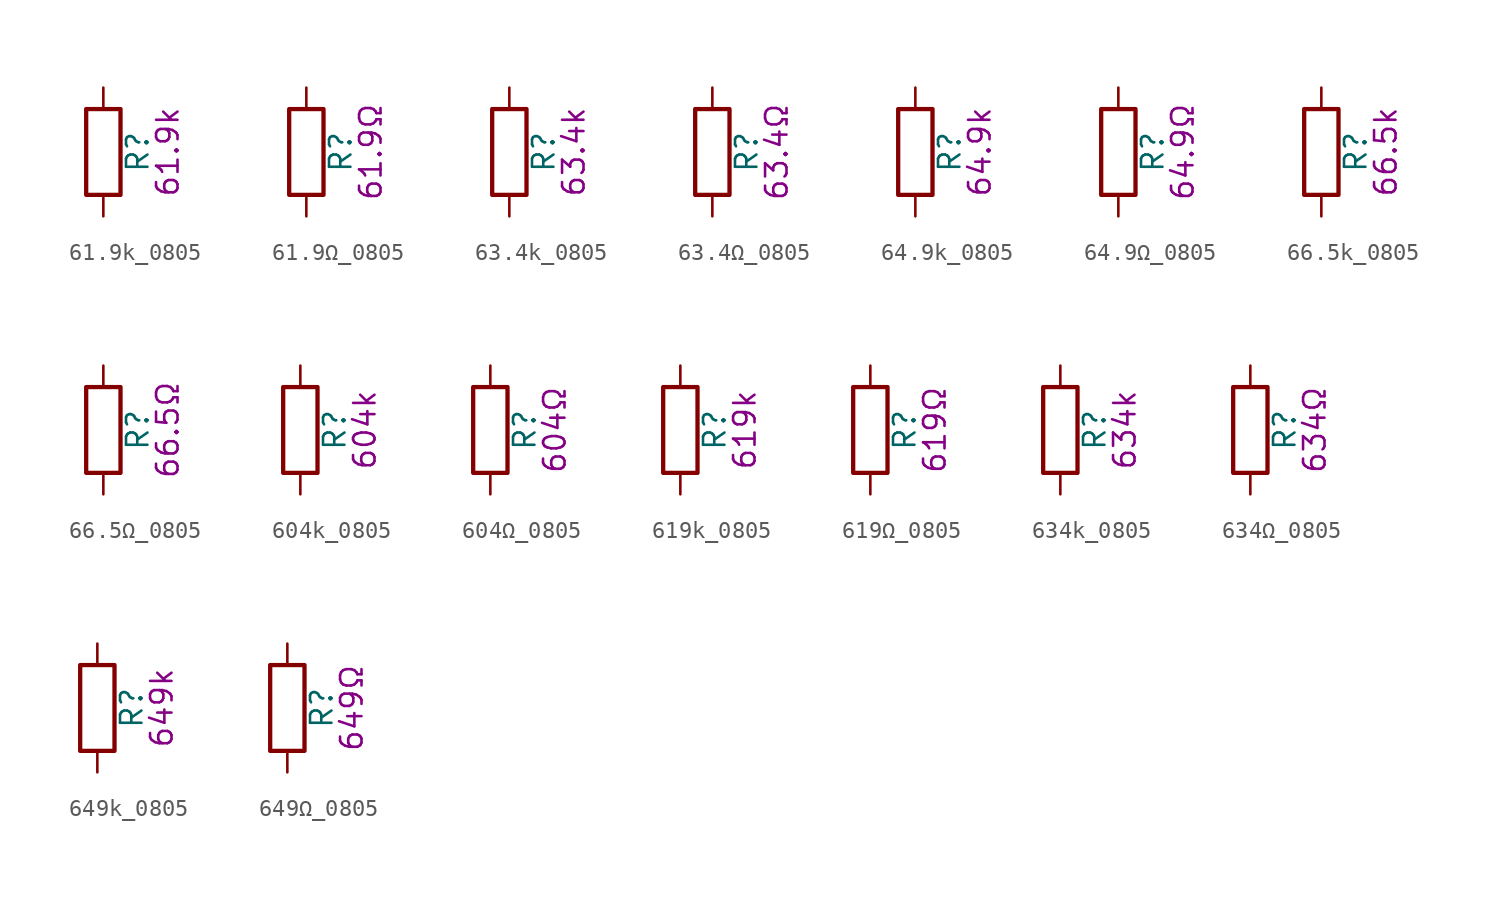
<source format=kicad_sym>
(kicad_symbol_lib
  (version 20211014)
  (generator kicad_symbol_editor)
  (symbol "61.9k_0805"
    (pin_numbers hide)
    (pin_names
      (offset 0))
    (property "Reference" "R"
      (at 2.032 0 90)
      (effects (font (size 1.27 1.27))))
    (property "Display" "61.9k"
      (at 3.81 0 90)
      (effects (font (size 1.27 1.27))))
    (symbol "61.9k_0805_0_1"
      (rectangle (start -1.016 -2.54) (end 1.016 2.54) (stroke (width 0.254) (type default) (color 0 0 0 0)) (fill (type none))))
    (symbol "61.9k_0805_1_1"
      (pin passive line (at 0 3.81 270) (length 1.27) (name "~" (effects (font (size 1.27 1.27)))) (number "1" (effects (font (size 1.27 1.27)))))
      (pin passive line (at 0 -3.81 90) (length 1.27) (name "~" (effects (font (size 1.27 1.27)))) (number "2" (effects (font (size 1.27 1.27)))))))
  (symbol "61.9Ω_0805"
    (pin_numbers hide)
    (pin_names
      (offset 0))
    (property "Reference" "R"
      (at 2.032 0 90)
      (effects (font (size 1.27 1.27))))
    (property "Display" "61.9Ω"
      (at 3.81 0 90)
      (effects (font (size 1.27 1.27))))
    (symbol "61.9Ω_0805_0_1"
      (rectangle (start -1.016 -2.54) (end 1.016 2.54) (stroke (width 0.254) (type default) (color 0 0 0 0)) (fill (type none))))
    (symbol "61.9Ω_0805_1_1"
      (pin passive line (at 0 3.81 270) (length 1.27) (name "~" (effects (font (size 1.27 1.27)))) (number "1" (effects (font (size 1.27 1.27)))))
      (pin passive line (at 0 -3.81 90) (length 1.27) (name "~" (effects (font (size 1.27 1.27)))) (number "2" (effects (font (size 1.27 1.27)))))))
  (symbol "63.4k_0805"
    (pin_numbers hide)
    (pin_names
      (offset 0))
    (property "Reference" "R"
      (at 2.032 0 90)
      (effects (font (size 1.27 1.27))))
    (property "Display" "63.4k"
      (at 3.81 0 90)
      (effects (font (size 1.27 1.27))))
    (symbol "63.4k_0805_0_1"
      (rectangle (start -1.016 -2.54) (end 1.016 2.54) (stroke (width 0.254) (type default) (color 0 0 0 0)) (fill (type none))))
    (symbol "63.4k_0805_1_1"
      (pin passive line (at 0 3.81 270) (length 1.27) (name "~" (effects (font (size 1.27 1.27)))) (number "1" (effects (font (size 1.27 1.27)))))
      (pin passive line (at 0 -3.81 90) (length 1.27) (name "~" (effects (font (size 1.27 1.27)))) (number "2" (effects (font (size 1.27 1.27)))))))
  (symbol "63.4Ω_0805"
    (pin_numbers hide)
    (pin_names
      (offset 0))
    (property "Reference" "R"
      (at 2.032 0 90)
      (effects (font (size 1.27 1.27))))
    (property "Display" "63.4Ω"
      (at 3.81 0 90)
      (effects (font (size 1.27 1.27))))
    (symbol "63.4Ω_0805_0_1"
      (rectangle (start -1.016 -2.54) (end 1.016 2.54) (stroke (width 0.254) (type default) (color 0 0 0 0)) (fill (type none))))
    (symbol "63.4Ω_0805_1_1"
      (pin passive line (at 0 3.81 270) (length 1.27) (name "~" (effects (font (size 1.27 1.27)))) (number "1" (effects (font (size 1.27 1.27)))))
      (pin passive line (at 0 -3.81 90) (length 1.27) (name "~" (effects (font (size 1.27 1.27)))) (number "2" (effects (font (size 1.27 1.27)))))))
  (symbol "64.9k_0805"
    (pin_numbers hide)
    (pin_names
      (offset 0))
    (property "Reference" "R"
      (at 2.032 0 90)
      (effects (font (size 1.27 1.27))))
    (property "Display" "64.9k"
      (at 3.81 0 90)
      (effects (font (size 1.27 1.27))))
    (symbol "64.9k_0805_0_1"
      (rectangle (start -1.016 -2.54) (end 1.016 2.54) (stroke (width 0.254) (type default) (color 0 0 0 0)) (fill (type none))))
    (symbol "64.9k_0805_1_1"
      (pin passive line (at 0 3.81 270) (length 1.27) (name "~" (effects (font (size 1.27 1.27)))) (number "1" (effects (font (size 1.27 1.27)))))
      (pin passive line (at 0 -3.81 90) (length 1.27) (name "~" (effects (font (size 1.27 1.27)))) (number "2" (effects (font (size 1.27 1.27)))))))
  (symbol "64.9Ω_0805"
    (pin_numbers hide)
    (pin_names
      (offset 0))
    (property "Reference" "R"
      (at 2.032 0 90)
      (effects (font (size 1.27 1.27))))
    (property "Display" "64.9Ω"
      (at 3.81 0 90)
      (effects (font (size 1.27 1.27))))
    (symbol "64.9Ω_0805_0_1"
      (rectangle (start -1.016 -2.54) (end 1.016 2.54) (stroke (width 0.254) (type default) (color 0 0 0 0)) (fill (type none))))
    (symbol "64.9Ω_0805_1_1"
      (pin passive line (at 0 3.81 270) (length 1.27) (name "~" (effects (font (size 1.27 1.27)))) (number "1" (effects (font (size 1.27 1.27)))))
      (pin passive line (at 0 -3.81 90) (length 1.27) (name "~" (effects (font (size 1.27 1.27)))) (number "2" (effects (font (size 1.27 1.27)))))))
  (symbol "66.5k_0805"
    (pin_numbers hide)
    (pin_names
      (offset 0))
    (property "Reference" "R"
      (at 2.032 0 90)
      (effects (font (size 1.27 1.27))))
    (property "Display" "66.5k"
      (at 3.81 0 90)
      (effects (font (size 1.27 1.27))))
    (symbol "66.5k_0805_0_1"
      (rectangle (start -1.016 -2.54) (end 1.016 2.54) (stroke (width 0.254) (type default) (color 0 0 0 0)) (fill (type none))))
    (symbol "66.5k_0805_1_1"
      (pin passive line (at 0 3.81 270) (length 1.27) (name "~" (effects (font (size 1.27 1.27)))) (number "1" (effects (font (size 1.27 1.27)))))
      (pin passive line (at 0 -3.81 90) (length 1.27) (name "~" (effects (font (size 1.27 1.27)))) (number "2" (effects (font (size 1.27 1.27)))))))
  (symbol "66.5Ω_0805"
    (pin_numbers hide)
    (pin_names
      (offset 0))
    (property "Reference" "R"
      (at 2.032 0 90)
      (effects (font (size 1.27 1.27))))
    (property "Display" "66.5Ω"
      (at 3.81 0 90)
      (effects (font (size 1.27 1.27))))
    (symbol "66.5Ω_0805_0_1"
      (rectangle (start -1.016 -2.54) (end 1.016 2.54) (stroke (width 0.254) (type default) (color 0 0 0 0)) (fill (type none))))
    (symbol "66.5Ω_0805_1_1"
      (pin passive line (at 0 3.81 270) (length 1.27) (name "~" (effects (font (size 1.27 1.27)))) (number "1" (effects (font (size 1.27 1.27)))))
      (pin passive line (at 0 -3.81 90) (length 1.27) (name "~" (effects (font (size 1.27 1.27)))) (number "2" (effects (font (size 1.27 1.27)))))))
  (symbol "604k_0805"
    (pin_numbers hide)
    (pin_names
      (offset 0))
    (property "Reference" "R"
      (at 2.032 0 90)
      (effects (font (size 1.27 1.27))))
    (property "Display" "604k"
      (at 3.81 0 90)
      (effects (font (size 1.27 1.27))))
    (symbol "604k_0805_0_1"
      (rectangle (start -1.016 -2.54) (end 1.016 2.54) (stroke (width 0.254) (type default) (color 0 0 0 0)) (fill (type none))))
    (symbol "604k_0805_1_1"
      (pin passive line (at 0 3.81 270) (length 1.27) (name "~" (effects (font (size 1.27 1.27)))) (number "1" (effects (font (size 1.27 1.27)))))
      (pin passive line (at 0 -3.81 90) (length 1.27) (name "~" (effects (font (size 1.27 1.27)))) (number "2" (effects (font (size 1.27 1.27)))))))
  (symbol "604Ω_0805"
    (pin_numbers hide)
    (pin_names
      (offset 0))
    (property "Reference" "R"
      (at 2.032 0 90)
      (effects (font (size 1.27 1.27))))
    (property "Display" "604Ω"
      (at 3.81 0 90)
      (effects (font (size 1.27 1.27))))
    (symbol "604Ω_0805_0_1"
      (rectangle (start -1.016 -2.54) (end 1.016 2.54) (stroke (width 0.254) (type default) (color 0 0 0 0)) (fill (type none))))
    (symbol "604Ω_0805_1_1"
      (pin passive line (at 0 3.81 270) (length 1.27) (name "~" (effects (font (size 1.27 1.27)))) (number "1" (effects (font (size 1.27 1.27)))))
      (pin passive line (at 0 -3.81 90) (length 1.27) (name "~" (effects (font (size 1.27 1.27)))) (number "2" (effects (font (size 1.27 1.27)))))))
  (symbol "619k_0805"
    (pin_numbers hide)
    (pin_names
      (offset 0))
    (property "Reference" "R"
      (at 2.032 0 90)
      (effects (font (size 1.27 1.27))))
    (property "Display" "619k"
      (at 3.81 0 90)
      (effects (font (size 1.27 1.27))))
    (symbol "619k_0805_0_1"
      (rectangle (start -1.016 -2.54) (end 1.016 2.54) (stroke (width 0.254) (type default) (color 0 0 0 0)) (fill (type none))))
    (symbol "619k_0805_1_1"
      (pin passive line (at 0 3.81 270) (length 1.27) (name "~" (effects (font (size 1.27 1.27)))) (number "1" (effects (font (size 1.27 1.27)))))
      (pin passive line (at 0 -3.81 90) (length 1.27) (name "~" (effects (font (size 1.27 1.27)))) (number "2" (effects (font (size 1.27 1.27)))))))
  (symbol "619Ω_0805"
    (pin_numbers hide)
    (pin_names
      (offset 0))
    (property "Reference" "R"
      (at 2.032 0 90)
      (effects (font (size 1.27 1.27))))
    (property "Display" "619Ω"
      (at 3.81 0 90)
      (effects (font (size 1.27 1.27))))
    (symbol "619Ω_0805_0_1"
      (rectangle (start -1.016 -2.54) (end 1.016 2.54) (stroke (width 0.254) (type default) (color 0 0 0 0)) (fill (type none))))
    (symbol "619Ω_0805_1_1"
      (pin passive line (at 0 3.81 270) (length 1.27) (name "~" (effects (font (size 1.27 1.27)))) (number "1" (effects (font (size 1.27 1.27)))))
      (pin passive line (at 0 -3.81 90) (length 1.27) (name "~" (effects (font (size 1.27 1.27)))) (number "2" (effects (font (size 1.27 1.27)))))))
  (symbol "634k_0805"
    (pin_numbers hide)
    (pin_names
      (offset 0))
    (property "Reference" "R"
      (at 2.032 0 90)
      (effects (font (size 1.27 1.27))))
    (property "Display" "634k"
      (at 3.81 0 90)
      (effects (font (size 1.27 1.27))))
    (symbol "634k_0805_0_1"
      (rectangle (start -1.016 -2.54) (end 1.016 2.54) (stroke (width 0.254) (type default) (color 0 0 0 0)) (fill (type none))))
    (symbol "634k_0805_1_1"
      (pin passive line (at 0 3.81 270) (length 1.27) (name "~" (effects (font (size 1.27 1.27)))) (number "1" (effects (font (size 1.27 1.27)))))
      (pin passive line (at 0 -3.81 90) (length 1.27) (name "~" (effects (font (size 1.27 1.27)))) (number "2" (effects (font (size 1.27 1.27)))))))
  (symbol "634Ω_0805"
    (pin_numbers hide)
    (pin_names
      (offset 0))
    (property "Reference" "R"
      (at 2.032 0 90)
      (effects (font (size 1.27 1.27))))
    (property "Display" "634Ω"
      (at 3.81 0 90)
      (effects (font (size 1.27 1.27))))
    (symbol "634Ω_0805_0_1"
      (rectangle (start -1.016 -2.54) (end 1.016 2.54) (stroke (width 0.254) (type default) (color 0 0 0 0)) (fill (type none))))
    (symbol "634Ω_0805_1_1"
      (pin passive line (at 0 3.81 270) (length 1.27) (name "~" (effects (font (size 1.27 1.27)))) (number "1" (effects (font (size 1.27 1.27)))))
      (pin passive line (at 0 -3.81 90) (length 1.27) (name "~" (effects (font (size 1.27 1.27)))) (number "2" (effects (font (size 1.27 1.27)))))))
  (symbol "649k_0805"
    (pin_numbers hide)
    (pin_names
      (offset 0))
    (property "Reference" "R"
      (at 2.032 0 90)
      (effects (font (size 1.27 1.27))))
    (property "Display" "649k"
      (at 3.81 0 90)
      (effects (font (size 1.27 1.27))))
    (symbol "649k_0805_0_1"
      (rectangle (start -1.016 -2.54) (end 1.016 2.54) (stroke (width 0.254) (type default) (color 0 0 0 0)) (fill (type none))))
    (symbol "649k_0805_1_1"
      (pin passive line (at 0 3.81 270) (length 1.27) (name "~" (effects (font (size 1.27 1.27)))) (number "1" (effects (font (size 1.27 1.27)))))
      (pin passive line (at 0 -3.81 90) (length 1.27) (name "~" (effects (font (size 1.27 1.27)))) (number "2" (effects (font (size 1.27 1.27)))))))
  (symbol "649Ω_0805"
    (pin_numbers hide)
    (pin_names
      (offset 0))
    (property "Reference" "R"
      (at 2.032 0 90)
      (effects (font (size 1.27 1.27))))
    (property "Display" "649Ω"
      (at 3.81 0 90)
      (effects (font (size 1.27 1.27))))
    (symbol "649Ω_0805_0_1"
      (rectangle (start -1.016 -2.54) (end 1.016 2.54) (stroke (width 0.254) (type default) (color 0 0 0 0)) (fill (type none))))
    (symbol "649Ω_0805_1_1"
      (pin passive line (at 0 3.81 270) (length 1.27) (name "~" (effects (font (size 1.27 1.27)))) (number "1" (effects (font (size 1.27 1.27)))))
      (pin passive line (at 0 -3.81 90) (length 1.27) (name "~" (effects (font (size 1.27 1.27)))) (number "2" (effects (font (size 1.27 1.27))))))))
</source>
